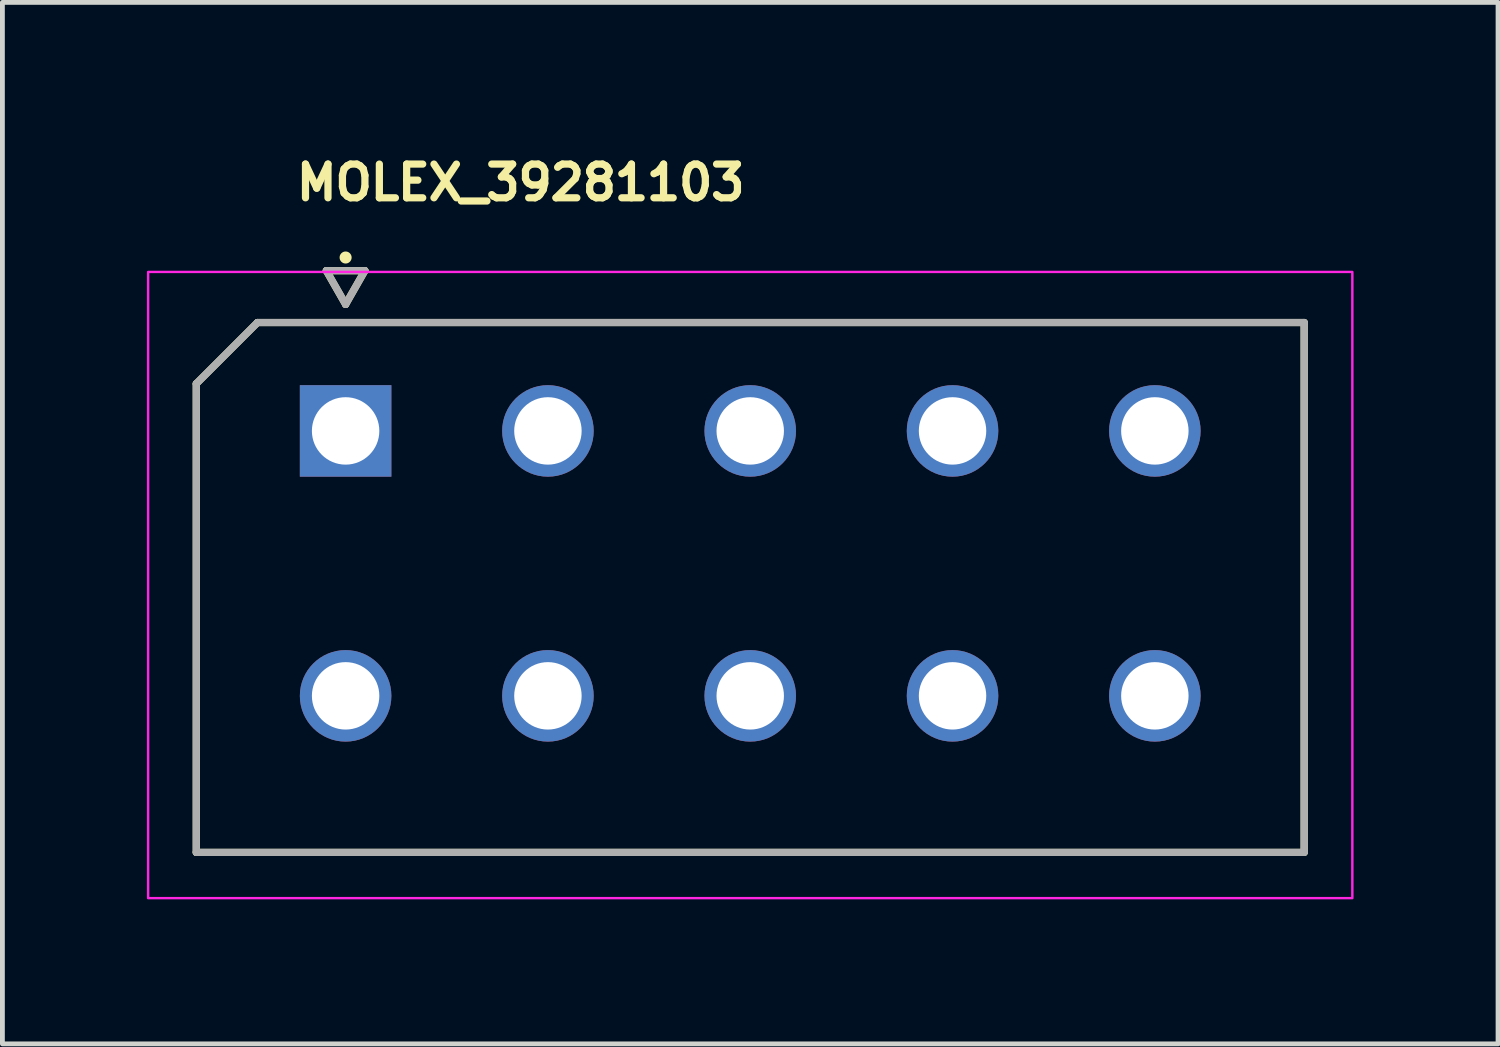
<source format=kicad_pcb>
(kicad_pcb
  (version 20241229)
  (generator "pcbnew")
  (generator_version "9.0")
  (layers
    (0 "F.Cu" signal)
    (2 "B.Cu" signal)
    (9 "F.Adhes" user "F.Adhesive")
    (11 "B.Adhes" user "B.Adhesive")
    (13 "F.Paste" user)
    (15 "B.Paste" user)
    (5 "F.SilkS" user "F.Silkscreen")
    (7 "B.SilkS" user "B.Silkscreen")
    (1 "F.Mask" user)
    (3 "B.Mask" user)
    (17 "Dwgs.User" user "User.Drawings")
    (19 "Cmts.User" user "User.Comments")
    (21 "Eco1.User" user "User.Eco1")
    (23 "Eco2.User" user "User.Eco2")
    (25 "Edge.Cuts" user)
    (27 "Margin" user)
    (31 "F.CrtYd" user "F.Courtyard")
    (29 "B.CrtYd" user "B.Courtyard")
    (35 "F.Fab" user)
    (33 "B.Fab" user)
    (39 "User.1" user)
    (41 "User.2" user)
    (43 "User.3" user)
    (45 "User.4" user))
  (footprint "MOLEX_39281103"
    (layer "F.Cu")
    (at 4.125 5.896)
    (property "Reference" "MOLEX_39281103" (at -1.098 -4.746 0) (layer "F.SilkS") (effects (font (size 0.7 0.7) (thickness 0.15)) (justify left bottom)))
    (attr through_hole)
    (fp_circle (center 0 5.5) (end 0.513 5.5) (stroke (width 1.026) (type solid)) (fill no) (layer "F.Mask"))
    (fp_circle (center 4.2 0) (end 4.713 0) (stroke (width 1.026) (type solid)) (fill no) (layer "F.Mask"))
    (fp_circle (center 4.2 5.5) (end 4.713 5.5) (stroke (width 1.026) (type solid)) (fill no) (layer "F.Mask"))
    (fp_circle (center 8.4 0) (end 8.913 0) (stroke (width 1.026) (type solid)) (fill no) (layer "F.Mask"))
    (fp_circle (center 8.4 5.5) (end 8.913 5.5) (stroke (width 1.026) (type solid)) (fill no) (layer "F.Mask"))
    (fp_circle (center 12.6 0) (end 13.113 0) (stroke (width 1.026) (type solid)) (fill no) (layer "F.Mask"))
    (fp_circle (center 12.6 5.5) (end 13.113 5.5) (stroke (width 1.026) (type solid)) (fill no) (layer "F.Mask"))
    (fp_circle (center 16.8 0) (end 17.313 0) (stroke (width 1.026) (type solid)) (fill no) (layer "F.Mask"))
    (fp_circle (center 16.8 5.5) (end 17.313 5.5) (stroke (width 1.026) (type solid)) (fill no) (layer "F.Mask"))
    (fp_poly (pts (xy -1.026 -1.026) (xy 1.026 -1.026) (xy 1.026 1.026) (xy -1.026 1.026)) (stroke (width 0.01) (type solid)) (fill yes) (layer "F.Mask"))
    (fp_circle (center 0 5.5) (end 0.513 5.5) (stroke (width 1.026) (type solid)) (fill no) (layer "B.Mask"))
    (fp_circle (center 4.2 0) (end 4.713 0) (stroke (width 1.026) (type solid)) (fill no) (layer "B.Mask"))
    (fp_circle (center 4.2 5.5) (end 4.713 5.5) (stroke (width 1.026) (type solid)) (fill no) (layer "B.Mask"))
    (fp_circle (center 8.4 0) (end 8.913 0) (stroke (width 1.026) (type solid)) (fill no) (layer "B.Mask"))
    (fp_circle (center 8.4 5.5) (end 8.913 5.5) (stroke (width 1.026) (type solid)) (fill no) (layer "B.Mask"))
    (fp_circle (center 12.6 0) (end 13.113 0) (stroke (width 1.026) (type solid)) (fill no) (layer "B.Mask"))
    (fp_circle (center 12.6 5.5) (end 13.113 5.5) (stroke (width 1.026) (type solid)) (fill no) (layer "B.Mask"))
    (fp_circle (center 16.8 0) (end 17.313 0) (stroke (width 1.026) (type solid)) (fill no) (layer "B.Mask"))
    (fp_circle (center 16.8 5.5) (end 17.313 5.5) (stroke (width 1.026) (type solid)) (fill no) (layer "B.Mask"))
    (fp_poly (pts (xy -1.026 -1.026) (xy 1.026 -1.026) (xy 1.026 1.026) (xy -1.026 1.026)) (stroke (width 0.01) (type solid)) (fill yes) (layer "B.Mask"))
    (fp_line (start -3.1 8.75) (end -3.1 -0.98) (stroke (width 0.15) (type solid)) (layer "F.SilkS"))
    (fp_line (start -1.83 -2.25) (end -3.1 -0.98) (stroke (width 0.15) (type solid)) (layer "F.SilkS"))
    (fp_line (start -1.83 -2.25) (end 19.9 -2.25) (stroke (width 0.15) (type solid)) (layer "F.SilkS"))
    (fp_line (start -0.4 -3.327) (end 0 -2.627) (stroke (width 0.15) (type solid)) (layer "F.SilkS"))
    (fp_line (start 0 -2.627) (end 0.4 -3.327) (stroke (width 0.15) (type solid)) (layer "F.SilkS"))
    (fp_line (start 0.4 -3.327) (end -0.4 -3.327) (stroke (width 0.15) (type solid)) (layer "F.SilkS"))
    (fp_line (start 19.9 -2.25) (end 19.9 8.75) (stroke (width 0.15) (type solid)) (layer "F.SilkS"))
    (fp_line (start 19.9 8.75) (end -3.1 8.75) (stroke (width 0.15) (type solid)) (layer "F.SilkS"))
    (fp_circle (center 0 -3.6) (end 0.05 -3.6) (stroke (width 0.15) (type solid)) (fill yes) (layer "F.SilkS"))
    (fp_rect (start -4.1 -3.3) (end 20.9 9.7) (stroke (width 0.05) (type solid)) (fill no) (layer "F.CrtYd"))
    (fp_line (start -3.1 8.75) (end -3.1 -0.98) (stroke (width 0.15) (type solid)) (layer "F.Fab"))
    (fp_line (start -1.83 -2.25) (end -3.1 -0.98) (stroke (width 0.15) (type solid)) (layer "F.Fab"))
    (fp_line (start -1.83 -2.25) (end 19.9 -2.25) (stroke (width 0.15) (type solid)) (layer "F.Fab"))
    (fp_line (start -0.4 -3.327) (end 0 -2.627) (stroke (width 0.15) (type solid)) (layer "F.Fab"))
    (fp_line (start 0 -2.627) (end 0.4 -3.327) (stroke (width 0.15) (type solid)) (layer "F.Fab"))
    (fp_line (start 0.4 -3.327) (end -0.4 -3.327) (stroke (width 0.15) (type solid)) (layer "F.Fab"))
    (fp_line (start 19.9 -2.25) (end 19.9 8.75) (stroke (width 0.15) (type solid)) (layer "F.Fab"))
    (fp_line (start 19.9 8.75) (end -3.1 8.75) (stroke (width 0.15) (type solid)) (layer "F.Fab"))
    (fp_rect (start -3.1 -2.3) (end 19.9 8.7) (stroke (width 0.1) (type solid)) (fill no) (layer "User.5"))
    (fp_line (start -3.1 -0.1) (end -3.099 -0.126) (stroke (width 0.02) (type solid)) (layer "User.9"))
    (fp_line (start -3.099 -0.126) (end -3.097 -0.152) (stroke (width 0.02) (type solid)) (layer "User.9"))
    (fp_line (start -3.099 -0.074) (end -3.1 -0.1) (stroke (width 0.02) (type solid)) (layer "User.9"))
    (fp_line (start -3.097 -0.152) (end -3.092 -0.177) (stroke (width 0.02) (type solid)) (layer "User.9"))
    (fp_line (start -3.097 -0.048) (end -3.099 -0.074) (stroke (width 0.02) (type solid)) (layer "User.9"))
    (fp_line (start -3.092 -0.177) (end -3.087 -0.203) (stroke (width 0.02) (type solid)) (layer "User.9"))
    (fp_line (start -3.092 -0.023) (end -3.097 -0.048) (stroke (width 0.02) (type solid)) (layer "User.9"))
    (fp_line (start -3.087 -0.203) (end -3.079 -0.228) (stroke (width 0.02) (type solid)) (layer "User.9"))
    (fp_line (start -3.087 0.003) (end -3.092 -0.023) (stroke (width 0.02) (type solid)) (layer "User.9"))
    (fp_line (start -3.079 -0.228) (end -3.07 -0.252) (stroke (width 0.02) (type solid)) (layer "User.9"))
    (fp_line (start -3.079 0.028) (end -3.087 0.003) (stroke (width 0.02) (type solid)) (layer "User.9"))
    (fp_line (start -3.07 -0.252) (end -3.059 -0.276) (stroke (width 0.02) (type solid)) (layer "User.9"))
    (fp_line (start -3.07 0.052) (end -3.079 0.028) (stroke (width 0.02) (type solid)) (layer "User.9"))
    (fp_line (start -3.059 -0.276) (end -3.046 -0.3) (stroke (width 0.02) (type solid)) (layer "User.9"))
    (fp_line (start -3.059 0.076) (end -3.07 0.052) (stroke (width 0.02) (type solid)) (layer "User.9"))
    (fp_line (start -3.046 -0.3) (end -3.046 -0.3) (stroke (width 0.02) (type solid)) (layer "User.9"))
    (fp_line (start -3.046 -0.3) (end -3.04 -0.311) (stroke (width 0.02) (type solid)) (layer "User.9"))
    (fp_line (start -3.046 0.1) (end -3.059 0.076) (stroke (width 0.02) (type solid)) (layer "User.9"))
    (fp_line (start -3.046 0.1) (end -3.046 0.1) (stroke (width 0.02) (type solid)) (layer "User.9"))
    (fp_line (start -3.04 -0.311) (end -3.032 -0.323) (stroke (width 0.02) (type solid)) (layer "User.9"))
    (fp_line (start -3.032 -0.323) (end -3.025 -0.334) (stroke (width 0.02) (type solid)) (layer "User.9"))
    (fp_line (start -3.032 0.123) (end -3.046 0.1) (stroke (width 0.02) (type solid)) (layer "User.9"))
    (fp_line (start -3.025 -0.334) (end -3.017 -0.344) (stroke (width 0.02) (type solid)) (layer "User.9"))
    (fp_line (start -3.017 -0.344) (end -3.009 -0.354) (stroke (width 0.02) (type solid)) (layer "User.9"))
    (fp_line (start -3.017 0.144) (end -3.032 0.123) (stroke (width 0.02) (type solid)) (layer "User.9"))
    (fp_line (start -3.009 -0.354) (end -3 -0.364) (stroke (width 0.02) (type solid)) (layer "User.9"))
    (fp_line (start -3 -0.364) (end -2.991 -0.374) (stroke (width 0.02) (type solid)) (layer "User.9"))
    (fp_line (start -3 0.164) (end -3.017 0.144) (stroke (width 0.02) (type solid)) (layer "User.9"))
    (fp_line (start -2.991 -0.374) (end -2.982 -0.383) (stroke (width 0.02) (type solid)) (layer "User.9"))
    (fp_line (start -2.982 -0.383) (end -2.973 -0.393) (stroke (width 0.02) (type solid)) (layer "User.9"))
    (fp_line (start -2.982 0.183) (end -3 0.164) (stroke (width 0.02) (type solid)) (layer "User.9"))
    (fp_line (start -2.973 -0.393) (end -2.963 -0.401) (stroke (width 0.02) (type solid)) (layer "User.9"))
    (fp_line (start -2.963 -0.401) (end -2.953 -0.41) (stroke (width 0.02) (type solid)) (layer "User.9"))
    (fp_line (start -2.963 0.201) (end -2.982 0.183) (stroke (width 0.02) (type solid)) (layer "User.9"))
    (fp_line (start -2.953 -0.41) (end -2.943 -0.418) (stroke (width 0.02) (type solid)) (layer "User.9"))
    (fp_line (start -2.943 -0.418) (end -2.933 -0.425) (stroke (width 0.02) (type solid)) (layer "User.9"))
    (fp_line (start -2.943 0.218) (end -2.963 0.201) (stroke (width 0.02) (type solid)) (layer "User.9"))
    (fp_line (start -2.933 -0.425) (end -2.922 -0.433) (stroke (width 0.02) (type solid)) (layer "User.9"))
    (fp_line (start -2.922 -0.433) (end -2.911 -0.44) (stroke (width 0.02) (type solid)) (layer "User.9"))
    (fp_line (start -2.922 0.233) (end -2.943 0.218) (stroke (width 0.02) (type solid)) (layer "User.9"))
    (fp_line (start -2.911 -0.44) (end -2.9 -0.446) (stroke (width 0.02) (type solid)) (layer "User.9"))
    (fp_line (start -2.9 -0.446) (end -2.889 -0.453) (stroke (width 0.02) (type solid)) (layer "User.9"))
    (fp_line (start -2.9 0.246) (end -2.922 0.233) (stroke (width 0.02) (type solid)) (layer "User.9"))
    (fp_line (start -2.889 -0.453) (end -2.877 -0.459) (stroke (width 0.02) (type solid)) (layer "User.9"))
    (fp_line (start -2.877 -0.459) (end -2.865 -0.464) (stroke (width 0.02) (type solid)) (layer "User.9"))
    (fp_line (start -2.877 0.259) (end -2.9 0.246) (stroke (width 0.02) (type solid)) (layer "User.9"))
    (fp_line (start -2.865 -0.464) (end -2.854 -0.469) (stroke (width 0.02) (type solid)) (layer "User.9"))
    (fp_line (start -2.854 -0.469) (end -2.842 -0.474) (stroke (width 0.02) (type solid)) (layer "User.9"))
    (fp_line (start -2.854 0.269) (end -2.877 0.259) (stroke (width 0.02) (type solid)) (layer "User.9"))
    (fp_line (start -2.842 -0.474) (end -2.829 -0.479) (stroke (width 0.02) (type solid)) (layer "User.9"))
    (fp_line (start -2.829 -0.479) (end -2.817 -0.483) (stroke (width 0.02) (type solid)) (layer "User.9"))
    (fp_line (start -2.829 0.279) (end -2.854 0.269) (stroke (width 0.02) (type solid)) (layer "User.9"))
    (fp_line (start -2.817 -0.483) (end -2.804 -0.486) (stroke (width 0.02) (type solid)) (layer "User.9"))
    (fp_line (start -2.804 -0.486) (end -2.792 -0.489) (stroke (width 0.02) (type solid)) (layer "User.9"))
    (fp_line (start -2.804 0.286) (end -2.829 0.279) (stroke (width 0.02) (type solid)) (layer "User.9"))
    (fp_line (start -2.792 -0.489) (end -2.779 -0.492) (stroke (width 0.02) (type solid)) (layer "User.9"))
    (fp_line (start -2.779 -0.492) (end -2.766 -0.495) (stroke (width 0.02) (type solid)) (layer "User.9"))
    (fp_line (start -2.779 0.292) (end -2.804 0.286) (stroke (width 0.02) (type solid)) (layer "User.9"))
    (fp_line (start -2.766 -0.495) (end -2.753 -0.496) (stroke (width 0.02) (type solid)) (layer "User.9"))
    (fp_line (start -2.753 -0.496) (end -2.74 -0.498) (stroke (width 0.02) (type solid)) (layer "User.9"))
    (fp_line (start -2.753 0.296) (end -2.779 0.292) (stroke (width 0.02) (type solid)) (layer "User.9"))
    (fp_line (start -2.74 -0.498) (end -2.727 -0.499) (stroke (width 0.02) (type solid)) (layer "User.9"))
    (fp_line (start -2.727 -0.499) (end -2.713 -0.5) (stroke (width 0.02) (type solid)) (layer "User.9"))
    (fp_line (start -2.727 0.299) (end -2.753 0.296) (stroke (width 0.02) (type solid)) (layer "User.9"))
    (fp_line (start -2.713 -0.5) (end -2.7 -0.5) (stroke (width 0.02) (type solid)) (layer "User.9"))
    (fp_line (start -2.7 -0.5) (end -2.7 -2.3) (stroke (width 0.02) (type solid)) (layer "User.9"))
    (fp_line (start -2.7 0.3) (end -2.727 0.299) (stroke (width 0.02) (type solid)) (layer "User.9"))
    (fp_line (start -2.7 7.3) (end -2.7 0.3) (stroke (width 0.02) (type solid)) (layer "User.9"))
    (fp_line (start -1.8 -1.4) (end -1.8 2.2) (stroke (width 0.02) (type solid)) (layer "User.9"))
    (fp_line (start -1.8 2.2) (end 1.8 2.2) (stroke (width 0.02) (type solid)) (layer "User.9"))
    (fp_line (start -1.8 3.7) (end -1.8 6.4) (stroke (width 0.02) (type solid)) (layer "User.9"))
    (fp_line (start -1.8 6.4) (end 1.8 6.4) (stroke (width 0.02) (type solid)) (layer "User.9"))
    (fp_line (start -0.9 2.8) (end -1.8 3.7) (stroke (width 0.02) (type solid)) (layer "User.9"))
    (fp_line (start -0.57 -0.35) (end -0.57 0.05) (stroke (width 0.02) (type solid)) (layer "User.9"))
    (fp_line (start -0.57 -0.35) (end 0.57 -0.35) (stroke (width 0.02) (type solid)) (layer "User.9"))
    (fp_line (start -0.57 0.05) (end -0.57 1.19) (stroke (width 0.02) (type solid)) (layer "User.9"))
    (fp_line (start -0.57 0.05) (end 0.57 0.05) (stroke (width 0.02) (type solid)) (layer "User.9"))
    (fp_line (start -0.57 1.19) (end 0.57 1.19) (stroke (width 0.02) (type solid)) (layer "User.9"))
    (fp_line (start -0.57 4.21) (end -0.57 5.35) (stroke (width 0.02) (type solid)) (layer "User.9"))
    (fp_line (start -0.57 4.21) (end 0.57 4.21) (stroke (width 0.02) (type solid)) (layer "User.9"))
    (fp_line (start -0.57 5.35) (end -0.57 5.75) (stroke (width 0.02) (type solid)) (layer "User.9"))
    (fp_line (start -0.57 5.35) (end 0.57 5.35) (stroke (width 0.02) (type solid)) (layer "User.9"))
    (fp_line (start -0.57 5.75) (end 0.57 5.75) (stroke (width 0.02) (type solid)) (layer "User.9"))
    (fp_line (start 0.57 -0.35) (end 0.57 0.05) (stroke (width 0.02) (type solid)) (layer "User.9"))
    (fp_line (start 0.57 0.05) (end 0.57 1.19) (stroke (width 0.02) (type solid)) (layer "User.9"))
    (fp_line (start 0.57 4.21) (end 0.57 5.35) (stroke (width 0.02) (type solid)) (layer "User.9"))
    (fp_line (start 0.57 5.35) (end 0.57 5.75) (stroke (width 0.02) (type solid)) (layer "User.9"))
    (fp_line (start 0.9 2.8) (end -0.9 2.8) (stroke (width 0.02) (type solid)) (layer "User.9"))
    (fp_line (start 1.8 -1.4) (end -1.8 -1.4) (stroke (width 0.02) (type solid)) (layer "User.9"))
    (fp_line (start 1.8 2.2) (end 1.8 -1.4) (stroke (width 0.02) (type solid)) (layer "User.9"))
    (fp_line (start 1.8 3.7) (end 0.9 2.8) (stroke (width 0.02) (type solid)) (layer "User.9"))
    (fp_line (start 1.8 6.4) (end 1.8 3.7) (stroke (width 0.02) (type solid)) (layer "User.9"))
    (fp_line (start 2.4 -0.5) (end 2.4 2.2) (stroke (width 0.02) (type solid)) (layer "User.9"))
    (fp_line (start 2.4 2.2) (end 6 2.2) (stroke (width 0.02) (type solid)) (layer "User.9"))
    (fp_line (start 2.4 2.8) (end 2.4 6.4) (stroke (width 0.02) (type solid)) (layer "User.9"))
    (fp_line (start 2.4 6.4) (end 6 6.4) (stroke (width 0.02) (type solid)) (layer "User.9"))
    (fp_line (start 3.3 -1.4) (end 2.4 -0.5) (stroke (width 0.02) (type solid)) (layer "User.9"))
    (fp_line (start 3.63 -0.35) (end 3.63 0.05) (stroke (width 0.02) (type solid)) (layer "User.9"))
    (fp_line (start 3.63 -0.35) (end 4.77 -0.35) (stroke (width 0.02) (type solid)) (layer "User.9"))
    (fp_line (start 3.63 0.05) (end 3.63 1.19) (stroke (width 0.02) (type solid)) (layer "User.9"))
    (fp_line (start 3.63 0.05) (end 4.77 0.05) (stroke (width 0.02) (type solid)) (layer "User.9"))
    (fp_line (start 3.63 1.19) (end 4.77 1.19) (stroke (width 0.02) (type solid)) (layer "User.9"))
    (fp_line (start 3.63 4.21) (end 3.63 5.35) (stroke (width 0.02) (type solid)) (layer "User.9"))
    (fp_line (start 3.63 4.21) (end 4.77 4.21) (stroke (width 0.02) (type solid)) (layer "User.9"))
    (fp_line (start 3.63 5.35) (end 3.63 5.75) (stroke (width 0.02) (type solid)) (layer "User.9"))
    (fp_line (start 3.63 5.35) (end 4.77 5.35) (stroke (width 0.02) (type solid)) (layer "User.9"))
    (fp_line (start 3.63 5.75) (end 4.77 5.75) (stroke (width 0.02) (type solid)) (layer "User.9"))
    (fp_line (start 4.77 -0.35) (end 4.77 0.05) (stroke (width 0.02) (type solid)) (layer "User.9"))
    (fp_line (start 4.77 0.05) (end 4.77 1.19) (stroke (width 0.02) (type solid)) (layer "User.9"))
    (fp_line (start 4.77 4.21) (end 4.77 5.35) (stroke (width 0.02) (type solid)) (layer "User.9"))
    (fp_line (start 4.77 5.35) (end 4.77 5.75) (stroke (width 0.02) (type solid)) (layer "User.9"))
    (fp_line (start 5.1 -1.4) (end 3.3 -1.4) (stroke (width 0.02) (type solid)) (layer "User.9"))
    (fp_line (start 6 -0.5) (end 5.1 -1.4) (stroke (width 0.02) (type solid)) (layer "User.9"))
    (fp_line (start 6 2.2) (end 6 -0.5) (stroke (width 0.02) (type solid)) (layer "User.9"))
    (fp_line (start 6 2.8) (end 2.4 2.8) (stroke (width 0.02) (type solid)) (layer "User.9"))
    (fp_line (start 6 6.4) (end 6 2.8) (stroke (width 0.02) (type solid)) (layer "User.9"))
    (fp_line (start 6.6 -0.5) (end 6.6 2.2) (stroke (width 0.02) (type solid)) (layer "User.9"))
    (fp_line (start 6.6 2.2) (end 10.2 2.2) (stroke (width 0.02) (type solid)) (layer "User.9"))
    (fp_line (start 6.6 2.8) (end 6.6 6.4) (stroke (width 0.02) (type solid)) (layer "User.9"))
    (fp_line (start 6.6 6.4) (end 10.2 6.4) (stroke (width 0.02) (type solid)) (layer "User.9"))
    (fp_line (start 6.7 7.3) (end -2.7 7.3) (stroke (width 0.02) (type solid)) (layer "User.9"))
    (fp_line (start 6.7 8.7) (end 6.7 7.3) (stroke (width 0.02) (type solid)) (layer "User.9"))
    (fp_line (start 7.5 -1.4) (end 6.6 -0.5) (stroke (width 0.02) (type solid)) (layer "User.9"))
    (fp_line (start 7.83 -0.35) (end 7.83 0.05) (stroke (width 0.02) (type solid)) (layer "User.9"))
    (fp_line (start 7.83 -0.35) (end 8.97 -0.35) (stroke (width 0.02) (type solid)) (layer "User.9"))
    (fp_line (start 7.83 0.05) (end 7.83 1.19) (stroke (width 0.02) (type solid)) (layer "User.9"))
    (fp_line (start 7.83 0.05) (end 8.97 0.05) (stroke (width 0.02) (type solid)) (layer "User.9"))
    (fp_line (start 7.83 1.19) (end 8.97 1.19) (stroke (width 0.02) (type solid)) (layer "User.9"))
    (fp_line (start 7.83 4.21) (end 7.83 5.35) (stroke (width 0.02) (type solid)) (layer "User.9"))
    (fp_line (start 7.83 4.21) (end 8.97 4.21) (stroke (width 0.02) (type solid)) (layer "User.9"))
    (fp_line (start 7.83 5.35) (end 7.83 5.75) (stroke (width 0.02) (type solid)) (layer "User.9"))
    (fp_line (start 7.83 5.35) (end 8.97 5.35) (stroke (width 0.02) (type solid)) (layer "User.9"))
    (fp_line (start 7.83 5.75) (end 8.97 5.75) (stroke (width 0.02) (type solid)) (layer "User.9"))
    (fp_line (start 8.97 -0.35) (end 8.97 0.05) (stroke (width 0.02) (type solid)) (layer "User.9"))
    (fp_line (start 8.97 0.05) (end 8.97 1.19) (stroke (width 0.02) (type solid)) (layer "User.9"))
    (fp_line (start 8.97 4.21) (end 8.97 5.35) (stroke (width 0.02) (type solid)) (layer "User.9"))
    (fp_line (start 8.97 5.35) (end 8.97 5.75) (stroke (width 0.02) (type solid)) (layer "User.9"))
    (fp_line (start 9.3 -1.4) (end 7.5 -1.4) (stroke (width 0.02) (type solid)) (layer "User.9"))
    (fp_line (start 10.1 7.3) (end 6.7 7.3) (stroke (width 0.02) (type solid)) (layer "User.9"))
    (fp_line (start 10.1 8.7) (end 6.7 8.7) (stroke (width 0.02) (type solid)) (layer "User.9"))
    (fp_line (start 10.1 8.7) (end 10.1 7.3) (stroke (width 0.02) (type solid)) (layer "User.9"))
    (fp_line (start 10.2 -0.5) (end 9.3 -1.4) (stroke (width 0.02) (type solid)) (layer "User.9"))
    (fp_line (start 10.2 2.2) (end 10.2 -0.5) (stroke (width 0.02) (type solid)) (layer "User.9"))
    (fp_line (start 10.2 2.8) (end 6.6 2.8) (stroke (width 0.02) (type solid)) (layer "User.9"))
    (fp_line (start 10.2 6.4) (end 10.2 2.8) (stroke (width 0.02) (type solid)) (layer "User.9"))
    (fp_line (start 10.8 -1.4) (end 10.8 2.2) (stroke (width 0.02) (type solid)) (layer "User.9"))
    (fp_line (start 10.8 2.2) (end 14.4 2.2) (stroke (width 0.02) (type solid)) (layer "User.9"))
    (fp_line (start 10.8 3.7) (end 10.8 6.4) (stroke (width 0.02) (type solid)) (layer "User.9"))
    (fp_line (start 10.8 6.4) (end 14.4 6.4) (stroke (width 0.02) (type solid)) (layer "User.9"))
    (fp_line (start 11.7 2.8) (end 10.8 3.7) (stroke (width 0.02) (type solid)) (layer "User.9"))
    (fp_line (start 12.03 -0.35) (end 12.03 0.05) (stroke (width 0.02) (type solid)) (layer "User.9"))
    (fp_line (start 12.03 -0.35) (end 13.17 -0.35) (stroke (width 0.02) (type solid)) (layer "User.9"))
    (fp_line (start 12.03 0.05) (end 12.03 1.19) (stroke (width 0.02) (type solid)) (layer "User.9"))
    (fp_line (start 12.03 0.05) (end 13.17 0.05) (stroke (width 0.02) (type solid)) (layer "User.9"))
    (fp_line (start 12.03 1.19) (end 13.17 1.19) (stroke (width 0.02) (type solid)) (layer "User.9"))
    (fp_line (start 12.03 4.21) (end 12.03 5.35) (stroke (width 0.02) (type solid)) (layer "User.9"))
    (fp_line (start 12.03 4.21) (end 13.17 4.21) (stroke (width 0.02) (type solid)) (layer "User.9"))
    (fp_line (start 12.03 5.35) (end 12.03 5.75) (stroke (width 0.02) (type solid)) (layer "User.9"))
    (fp_line (start 12.03 5.35) (end 13.17 5.35) (stroke (width 0.02) (type solid)) (layer "User.9"))
    (fp_line (start 12.03 5.75) (end 13.17 5.75) (stroke (width 0.02) (type solid)) (layer "User.9"))
    (fp_line (start 13.17 -0.35) (end 13.17 0.05) (stroke (width 0.02) (type solid)) (layer "User.9"))
    (fp_line (start 13.17 0.05) (end 13.17 1.19) (stroke (width 0.02) (type solid)) (layer "User.9"))
    (fp_line (start 13.17 4.21) (end 13.17 5.35) (stroke (width 0.02) (type solid)) (layer "User.9"))
    (fp_line (start 13.17 5.35) (end 13.17 5.75) (stroke (width 0.02) (type solid)) (layer "User.9"))
    (fp_line (start 13.5 2.8) (end 11.7 2.8) (stroke (width 0.02) (type solid)) (layer "User.9"))
    (fp_line (start 14.4 -1.4) (end 10.8 -1.4) (stroke (width 0.02) (type solid)) (layer "User.9"))
    (fp_line (start 14.4 2.2) (end 14.4 -1.4) (stroke (width 0.02) (type solid)) (layer "User.9"))
    (fp_line (start 14.4 3.7) (end 13.5 2.8) (stroke (width 0.02) (type solid)) (layer "User.9"))
    (fp_line (start 14.4 6.4) (end 14.4 3.7) (stroke (width 0.02) (type solid)) (layer "User.9"))
    (fp_line (start 15 -1.4) (end 15 2.2) (stroke (width 0.02) (type solid)) (layer "User.9"))
    (fp_line (start 15 2.2) (end 18.6 2.2) (stroke (width 0.02) (type solid)) (layer "User.9"))
    (fp_line (start 15 3.7) (end 15 6.4) (stroke (width 0.02) (type solid)) (layer "User.9"))
    (fp_line (start 15 6.4) (end 18.6 6.4) (stroke (width 0.02) (type solid)) (layer "User.9"))
    (fp_line (start 15.9 2.8) (end 15 3.7) (stroke (width 0.02) (type solid)) (layer "User.9"))
    (fp_line (start 16.23 -0.35) (end 16.23 0.05) (stroke (width 0.02) (type solid)) (layer "User.9"))
    (fp_line (start 16.23 -0.35) (end 17.37 -0.35) (stroke (width 0.02) (type solid)) (layer "User.9"))
    (fp_line (start 16.23 0.05) (end 16.23 1.19) (stroke (width 0.02) (type solid)) (layer "User.9"))
    (fp_line (start 16.23 0.05) (end 17.37 0.05) (stroke (width 0.02) (type solid)) (layer "User.9"))
    (fp_line (start 16.23 1.19) (end 17.37 1.19) (stroke (width 0.02) (type solid)) (layer "User.9"))
    (fp_line (start 16.23 4.21) (end 16.23 5.35) (stroke (width 0.02) (type solid)) (layer "User.9"))
    (fp_line (start 16.23 4.21) (end 17.37 4.21) (stroke (width 0.02) (type solid)) (layer "User.9"))
    (fp_line (start 16.23 5.35) (end 16.23 5.75) (stroke (width 0.02) (type solid)) (layer "User.9"))
    (fp_line (start 16.23 5.35) (end 17.37 5.35) (stroke (width 0.02) (type solid)) (layer "User.9"))
    (fp_line (start 16.23 5.75) (end 17.37 5.75) (stroke (width 0.02) (type solid)) (layer "User.9"))
    (fp_line (start 17.37 -0.35) (end 17.37 0.05) (stroke (width 0.02) (type solid)) (layer "User.9"))
    (fp_line (start 17.37 0.05) (end 17.37 1.19) (stroke (width 0.02) (type solid)) (layer "User.9"))
    (fp_line (start 17.37 4.21) (end 17.37 5.35) (stroke (width 0.02) (type solid)) (layer "User.9"))
    (fp_line (start 17.37 5.35) (end 17.37 5.75) (stroke (width 0.02) (type solid)) (layer "User.9"))
    (fp_line (start 17.7 2.8) (end 15.9 2.8) (stroke (width 0.02) (type solid)) (layer "User.9"))
    (fp_line (start 18.6 -1.4) (end 15 -1.4) (stroke (width 0.02) (type solid)) (layer "User.9"))
    (fp_line (start 18.6 2.2) (end 18.6 -1.4) (stroke (width 0.02) (type solid)) (layer "User.9"))
    (fp_line (start 18.6 3.7) (end 17.7 2.8) (stroke (width 0.02) (type solid)) (layer "User.9"))
    (fp_line (start 18.6 6.4) (end 18.6 3.7) (stroke (width 0.02) (type solid)) (layer "User.9"))
    (fp_line (start 19.5 -2.3) (end -2.7 -2.3) (stroke (width 0.02) (type solid)) (layer "User.9"))
    (fp_line (start 19.5 4.09) (end 19.5 -2.3) (stroke (width 0.02) (type solid)) (layer "User.9"))
    (fp_line (start 19.5 4.09) (end 19.9 4.49) (stroke (width 0.02) (type solid)) (layer "User.9"))
    (fp_line (start 19.5 7.3) (end 10.1 7.3) (stroke (width 0.02) (type solid)) (layer "User.9"))
    (fp_line (start 19.5 7.3) (end 19.5 5.89) (stroke (width 0.02) (type solid)) (layer "User.9"))
    (fp_line (start 19.9 4.49) (end 19.9 5.49) (stroke (width 0.02) (type solid)) (layer "User.9"))
    (fp_line (start 19.9 5.49) (end 19.5 5.89) (stroke (width 0.02) (type solid)) (layer "User.9"))
    (pad "1" thru_hole rect (at 0 0) (size 1.9 1.9) (drill 1.4) (layers "*.Cu"))
    (pad "2" thru_hole circle (at 4.2 0) (size 1.9 1.9) (drill 1.4) (layers "*.Cu"))
    (pad "3" thru_hole circle (at 8.4 0) (size 1.9 1.9) (drill 1.4) (layers "*.Cu"))
    (pad "4" thru_hole circle (at 12.6 0) (size 1.9 1.9) (drill 1.4) (layers "*.Cu"))
    (pad "5" thru_hole circle (at 16.8 0) (size 1.9 1.9) (drill 1.4) (layers "*.Cu"))
    (pad "6" thru_hole circle (at 0 5.5) (size 1.9 1.9) (drill 1.4) (layers "*.Cu"))
    (pad "7" thru_hole circle (at 4.2 5.5) (size 1.9 1.9) (drill 1.4) (layers "*.Cu"))
    (pad "8" thru_hole circle (at 8.4 5.5) (size 1.9 1.9) (drill 1.4) (layers "*.Cu"))
    (pad "9" thru_hole circle (at 12.6 5.5) (size 1.9 1.9) (drill 1.4) (layers "*.Cu"))
    (pad "10" thru_hole circle (at 16.8 5.5) (size 1.9 1.9) (drill 1.4) (layers "*.Cu")))
  (gr_rect
    (start -3 -3)
    (end 28.05 18.621)
    (stroke (width 0.1) (type default))
    (fill no)
    (layer "Edge.Cuts")))
</source>
